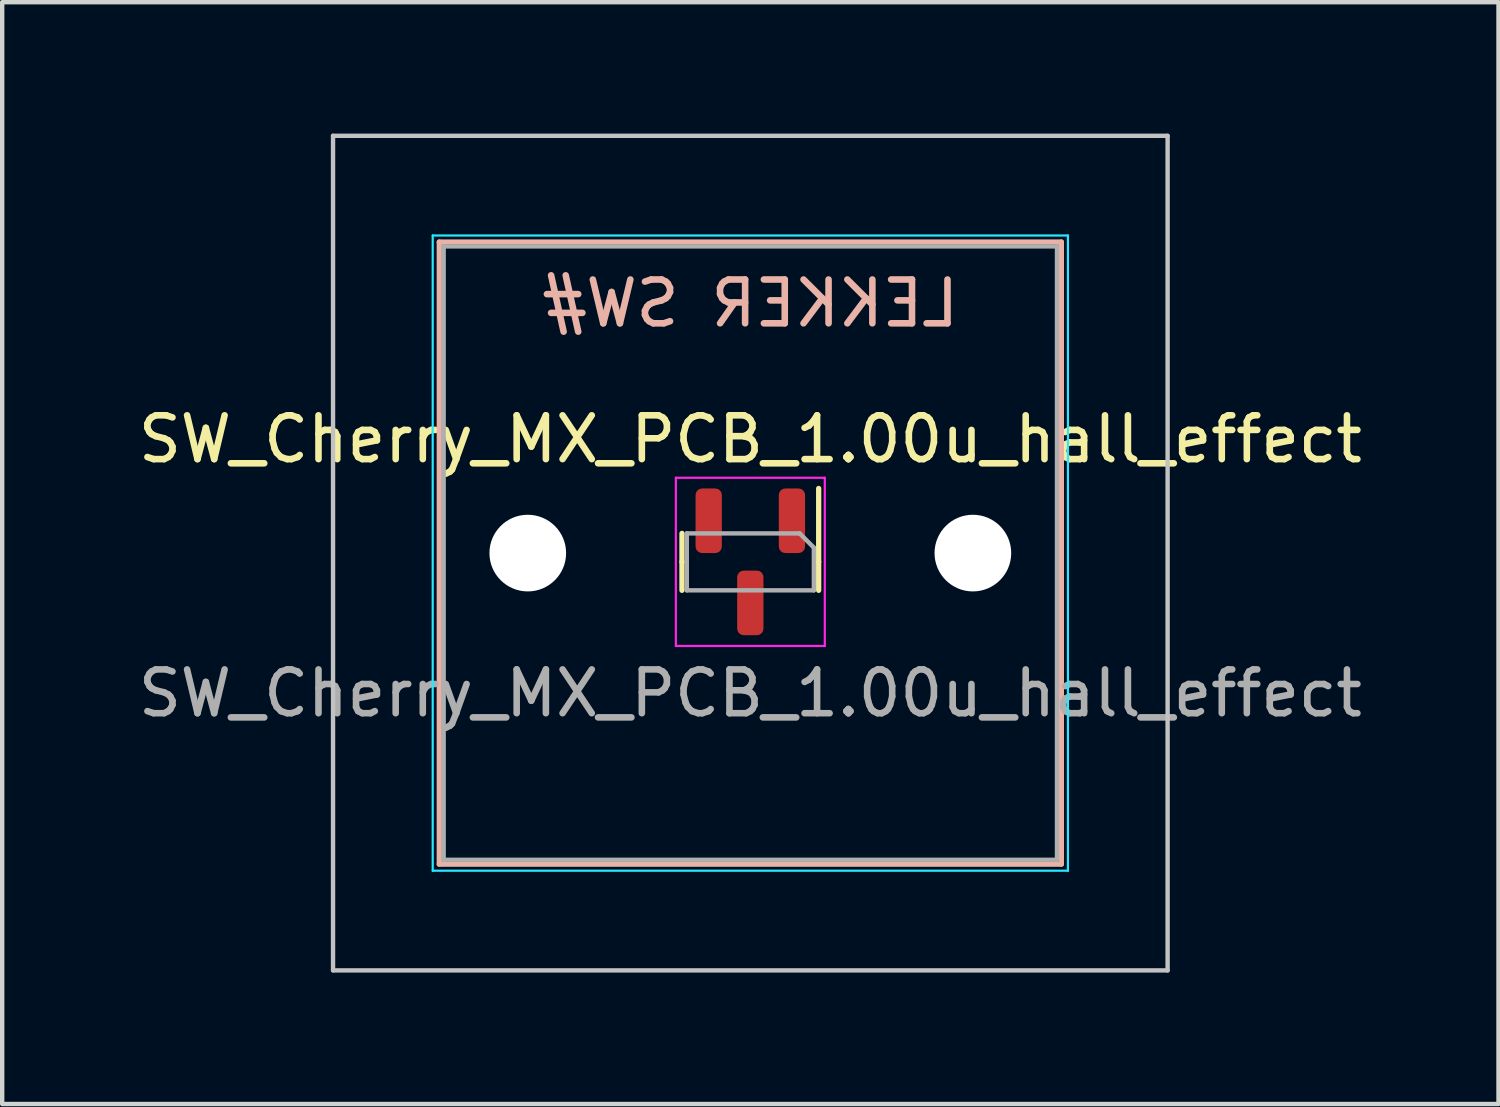
<source format=kicad_pcb>
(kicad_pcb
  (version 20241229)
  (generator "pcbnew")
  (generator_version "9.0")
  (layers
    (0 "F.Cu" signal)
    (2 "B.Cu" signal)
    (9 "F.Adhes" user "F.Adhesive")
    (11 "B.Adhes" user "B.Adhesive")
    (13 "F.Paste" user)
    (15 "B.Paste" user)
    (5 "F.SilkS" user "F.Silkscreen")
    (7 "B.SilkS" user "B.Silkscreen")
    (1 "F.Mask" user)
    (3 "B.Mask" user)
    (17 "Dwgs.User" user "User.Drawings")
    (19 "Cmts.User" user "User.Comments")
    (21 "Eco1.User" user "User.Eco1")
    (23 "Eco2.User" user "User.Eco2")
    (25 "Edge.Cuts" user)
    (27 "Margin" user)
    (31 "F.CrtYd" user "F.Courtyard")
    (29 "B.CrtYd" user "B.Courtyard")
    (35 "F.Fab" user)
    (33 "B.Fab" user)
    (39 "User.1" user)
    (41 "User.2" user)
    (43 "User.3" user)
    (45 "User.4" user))
  (footprint "SW_Cherry_MX_PCB_1.00u_hall_effect"
    (layer "F.Cu")
    (at 14.077 9.575)
    (property "Reference" "SW_Cherry_MX_PCB_1.00u_hall_effect" (at 0 -2.6 0) (layer "F.SilkS") (effects (font (size 1 1) (thickness 0.15))))
    (attr through_hole)
    (fp_line (start -1.56 0.2) (end -1.56 -0.45) (stroke (width 0.12) (type solid)) (layer "F.SilkS"))
    (fp_line (start -1.56 0.2) (end -1.56 0.85) (stroke (width 0.12) (type solid)) (layer "F.SilkS"))
    (fp_line (start 1.56 0.2) (end 1.56 -1.475) (stroke (width 0.12) (type solid)) (layer "F.SilkS"))
    (fp_line (start 1.56 0.2) (end 1.56 0.85) (stroke (width 0.12) (type solid)) (layer "F.SilkS"))
    (fp_line (start -7.1 -7.1) (end -7.1 7.1) (stroke (width 0.12) (type solid)) (layer "B.SilkS"))
    (fp_line (start -7.1 7.1) (end 7.1 7.1) (stroke (width 0.12) (type solid)) (layer "B.SilkS"))
    (fp_line (start 7.1 -7.1) (end -7.1 -7.1) (stroke (width 0.12) (type solid)) (layer "B.SilkS"))
    (fp_line (start 7.1 7.1) (end 7.1 -7.1) (stroke (width 0.12) (type solid)) (layer "B.SilkS"))
    (fp_line (start -9.525 -9.525) (end -9.525 9.525) (stroke (width 0.1) (type solid)) (layer "Dwgs.User"))
    (fp_line (start -9.525 9.525) (end 9.525 9.525) (stroke (width 0.1) (type solid)) (layer "Dwgs.User"))
    (fp_line (start 9.525 -9.525) (end -9.525 -9.525) (stroke (width 0.1) (type solid)) (layer "Dwgs.User"))
    (fp_line (start 9.525 9.525) (end 9.525 -9.525) (stroke (width 0.1) (type solid)) (layer "Dwgs.User"))
    (fp_line (start -7 -7) (end -7 7) (stroke (width 0.1) (type solid)) (layer "Eco1.User"))
    (fp_line (start -7 7) (end 7 7) (stroke (width 0.1) (type solid)) (layer "Eco1.User"))
    (fp_line (start 7 -7) (end -7 -7) (stroke (width 0.1) (type solid)) (layer "Eco1.User"))
    (fp_line (start 7 7) (end 7 -7) (stroke (width 0.1) (type solid)) (layer "Eco1.User"))
    (fp_line (start -7.25 -7.25) (end -7.25 7.25) (stroke (width 0.05) (type solid)) (layer "B.CrtYd"))
    (fp_line (start -7.25 7.25) (end 7.25 7.25) (stroke (width 0.05) (type solid)) (layer "B.CrtYd"))
    (fp_line (start 7.25 -7.25) (end -7.25 -7.25) (stroke (width 0.05) (type solid)) (layer "B.CrtYd"))
    (fp_line (start 7.25 7.25) (end 7.25 -7.25) (stroke (width 0.05) (type solid)) (layer "B.CrtYd"))
    (fp_line (start -1.7 -1.72) (end -1.7 2.12) (stroke (width 0.05) (type solid)) (layer "F.CrtYd"))
    (fp_line (start -1.7 2.12) (end 1.7 2.12) (stroke (width 0.05) (type solid)) (layer "F.CrtYd"))
    (fp_line (start 1.7 -1.72) (end -1.7 -1.72) (stroke (width 0.05) (type solid)) (layer "F.CrtYd"))
    (fp_line (start 1.7 2.12) (end 1.7 -1.72) (stroke (width 0.05) (type solid)) (layer "F.CrtYd"))
    (fp_line (start -7 -7) (end -7 7) (stroke (width 0.1) (type solid)) (layer "F.Fab"))
    (fp_line (start -7 7) (end 7 7) (stroke (width 0.1) (type solid)) (layer "F.Fab"))
    (fp_line (start -1.45 -0.45) (end 1.125 -0.45) (stroke (width 0.1) (type solid)) (layer "F.Fab"))
    (fp_line (start -1.45 0.85) (end -1.45 -0.45) (stroke (width 0.1) (type solid)) (layer "F.Fab"))
    (fp_line (start 1.125 -0.45) (end 1.45 -0.125) (stroke (width 0.1) (type solid)) (layer "F.Fab"))
    (fp_line (start 1.45 -0.125) (end 1.45 0.85) (stroke (width 0.1) (type solid)) (layer "F.Fab"))
    (fp_line (start 1.45 0.85) (end -1.45 0.85) (stroke (width 0.1) (type solid)) (layer "F.Fab"))
    (fp_line (start 7 -7) (end -7 -7) (stroke (width 0.1) (type solid)) (layer "F.Fab"))
    (fp_line (start 7 7) (end 7 -7) (stroke (width 0.1) (type solid)) (layer "F.Fab"))
    (fp_text user "LEKKER SW#" (at 0 -5.7 0) (unlocked yes) (layer "B.SilkS") (effects (font (size 1 1) (thickness 0.15)) (justify mirror)))
    (fp_text user "${REFERENCE}" (at 0 3.2 180) (layer "F.Fab") (effects (font (size 1 1) (thickness 0.15))))
    (pad "" np_thru_hole circle (at -5.08 0) (size 1.75 1.75) (drill 1.75) (layers "*.Cu" "*.Mask"))
    (pad "" np_thru_hole circle (at 5.08 0) (size 1.75 1.75) (drill 1.75) (layers "*.Cu" "*.Mask"))
    (pad "1" smd roundrect (at 0.95 -0.738 270) (size 1.475 0.6) (layers "F.Cu" "F.Mask" "F.Paste") (roundrect_rratio 0.25))
    (pad "2" smd roundrect (at -0.95 -0.738 270) (size 1.475 0.6) (layers "F.Cu" "F.Mask" "F.Paste") (roundrect_rratio 0.25))
    (pad "3" smd roundrect (at 0 1.137 270) (size 1.475 0.6) (layers "F.Cu" "F.Mask" "F.Paste") (roundrect_rratio 0.25))
    (zone (net_name "") (layers "F.Cu" "B.Cu" "F.SilkS") (hatch edge 0.508) (connect_pads) (min_thickness 0.254) (filled_areas_thickness no) (keepout (tracks allowed) (vias not_allowed) (pads not_allowed) (copperpour not_allowed) (footprints allowed)) (placement (enabled no)) (fill) (polygon (pts (xy 17.577 8.075) (xy 17.577 11.575) (xy 16.077 13.075) (xy 12.077 13.075) (xy 10.577 11.575) (xy 10.577 8.075) (xy 12.077 6.575) (xy 16.077 6.575)))))
  (gr_rect
    (start -3 -3)
    (end 31.155 22.15)
    (stroke (width 0.1) (type default))
    (fill no)
    (layer "Edge.Cuts")))
</source>
